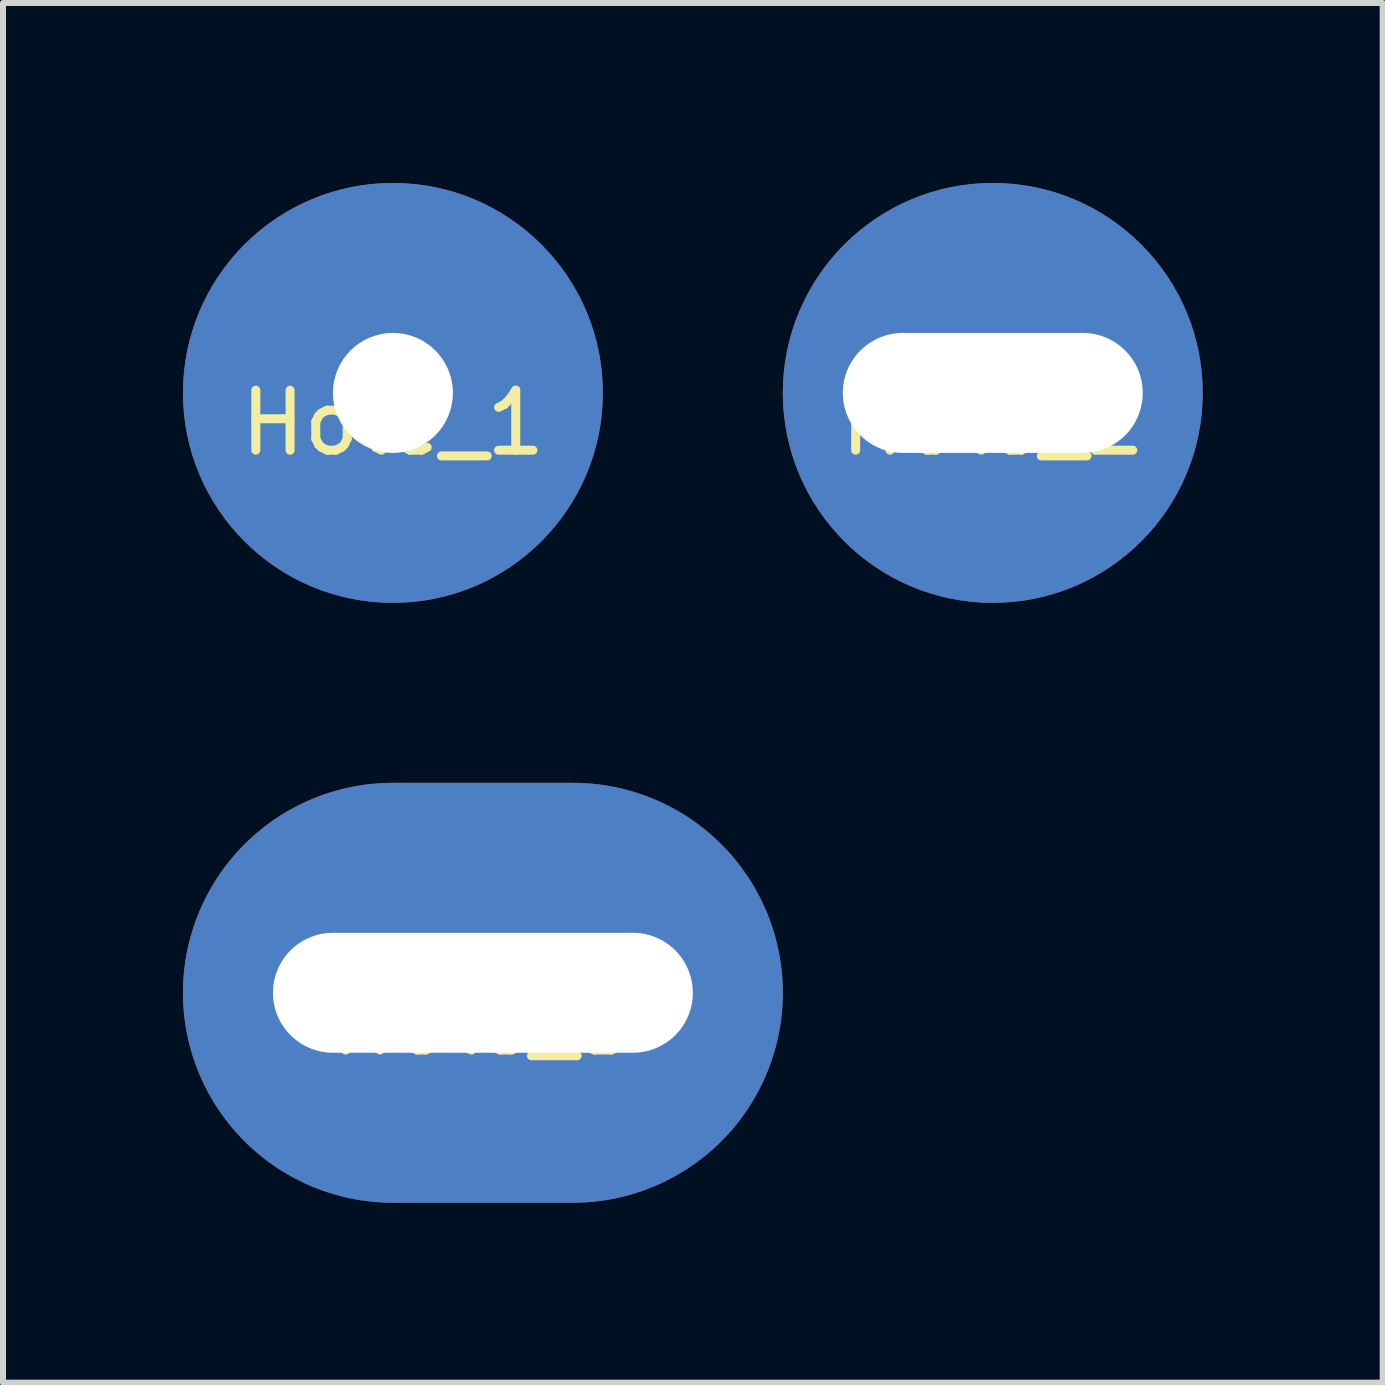
<source format=kicad_pcb>
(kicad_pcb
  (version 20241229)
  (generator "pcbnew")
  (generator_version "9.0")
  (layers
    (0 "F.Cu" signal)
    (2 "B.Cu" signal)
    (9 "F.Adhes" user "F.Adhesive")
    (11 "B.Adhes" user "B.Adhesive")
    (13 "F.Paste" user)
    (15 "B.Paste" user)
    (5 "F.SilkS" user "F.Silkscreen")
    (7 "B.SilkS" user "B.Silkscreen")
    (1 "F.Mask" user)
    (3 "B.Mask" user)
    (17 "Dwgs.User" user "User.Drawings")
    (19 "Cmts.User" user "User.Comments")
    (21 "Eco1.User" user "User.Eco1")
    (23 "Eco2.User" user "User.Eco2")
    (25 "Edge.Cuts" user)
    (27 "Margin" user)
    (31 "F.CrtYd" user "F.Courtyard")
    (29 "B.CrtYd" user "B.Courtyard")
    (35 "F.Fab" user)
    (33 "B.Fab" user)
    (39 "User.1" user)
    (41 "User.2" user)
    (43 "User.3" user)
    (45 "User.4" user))
  (footprint "Hole_1"
    (layer "F.Cu")
    (at 3.5 3.5)
    (property "Reference" "Hole_1" (at 0 0.5 0) (layer "F.SilkS") (effects (font (size 1 1) (thickness 0.15))))
    (attr through_hole)
    (pad "1" thru_hole circle (at 0 0) (size 7 7) (drill 2) (layers "*.Cu" "*.Mask")))
  (footprint "Hole_2"
    (layer "F.Cu")
    (at 13.5 3.5)
    (property "Reference" "Hole_2" (at 0 0.5 0) (layer "F.SilkS") (effects (font (size 1 1) (thickness 0.15))))
    (attr through_hole)
    (pad "1" thru_hole circle (at 0 0) (size 7 7) (drill oval 5 2) (layers "*.Cu" "*.Mask")))
  (footprint "Hole_3"
    (layer "F.Cu")
    (at 5 13.5)
    (property "Reference" "Hole_3" (at 0 0.5 0) (layer "F.SilkS") (effects (font (size 1 1) (thickness 0.15))))
    (attr through_hole)
    (pad "1" thru_hole oval (at 0 0) (size 10 7) (drill oval 7 2) (layers "*.Cu" "*.Mask")))
  (gr_rect
    (start -3 -3)
    (end 20 20)
    (stroke (width 0.1) (type default))
    (fill no)
    (layer "Edge.Cuts")))
</source>
